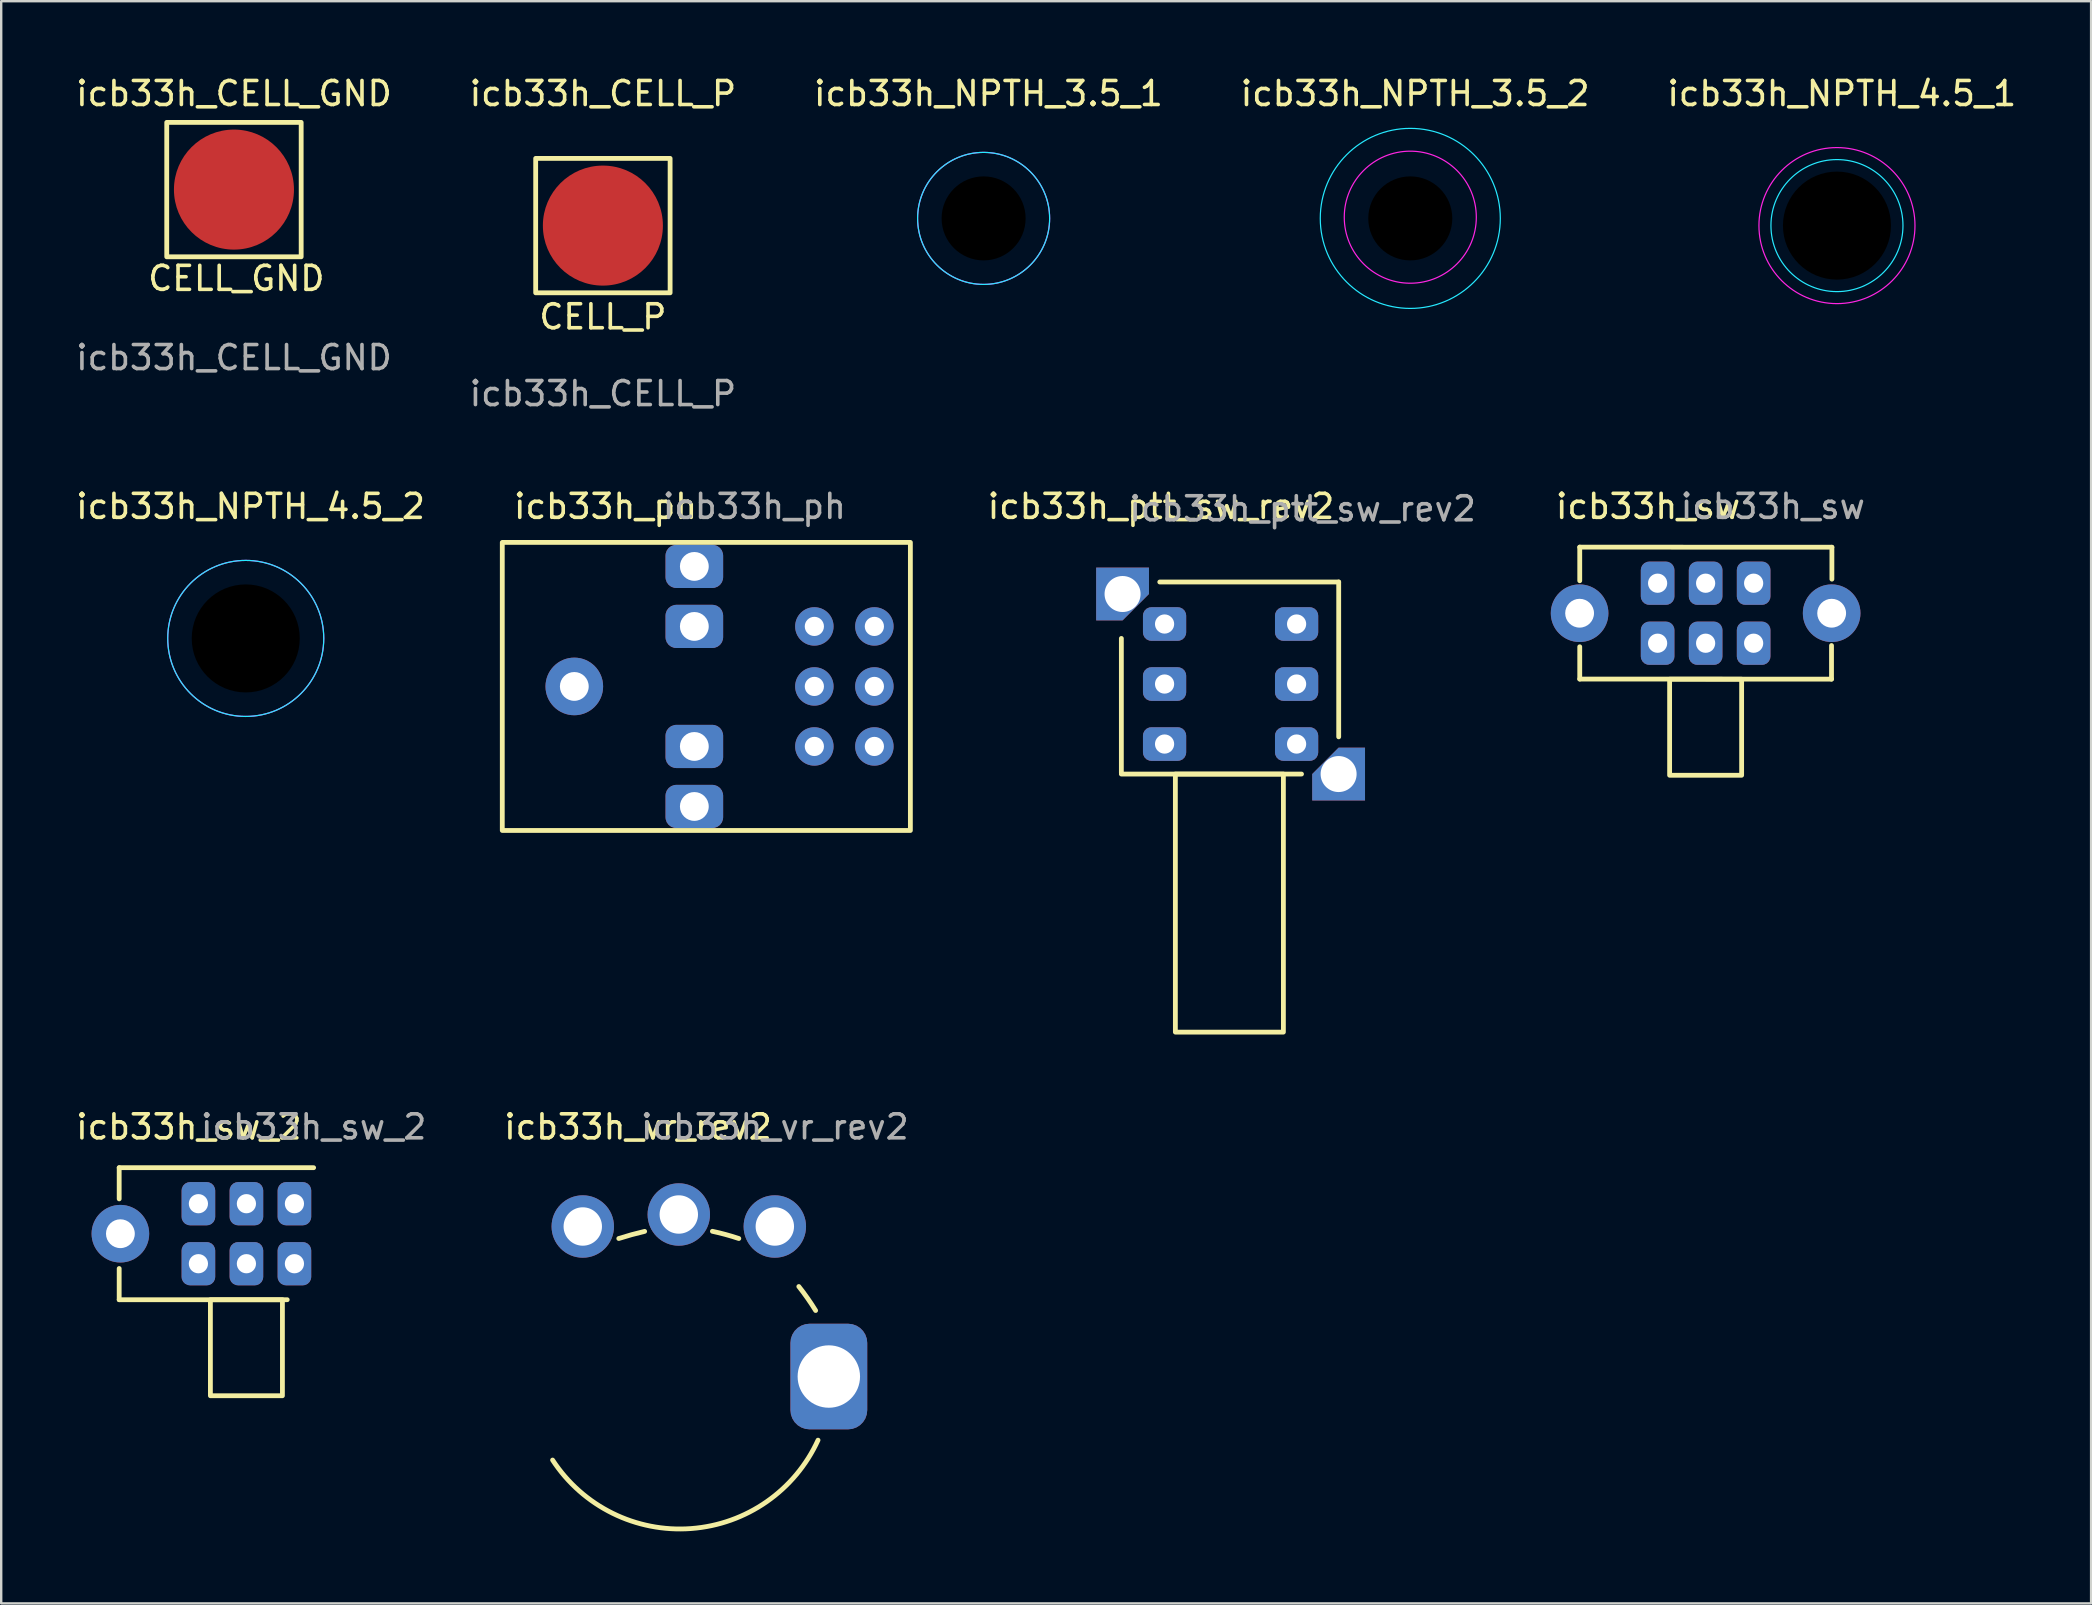
<source format=kicad_pcb>
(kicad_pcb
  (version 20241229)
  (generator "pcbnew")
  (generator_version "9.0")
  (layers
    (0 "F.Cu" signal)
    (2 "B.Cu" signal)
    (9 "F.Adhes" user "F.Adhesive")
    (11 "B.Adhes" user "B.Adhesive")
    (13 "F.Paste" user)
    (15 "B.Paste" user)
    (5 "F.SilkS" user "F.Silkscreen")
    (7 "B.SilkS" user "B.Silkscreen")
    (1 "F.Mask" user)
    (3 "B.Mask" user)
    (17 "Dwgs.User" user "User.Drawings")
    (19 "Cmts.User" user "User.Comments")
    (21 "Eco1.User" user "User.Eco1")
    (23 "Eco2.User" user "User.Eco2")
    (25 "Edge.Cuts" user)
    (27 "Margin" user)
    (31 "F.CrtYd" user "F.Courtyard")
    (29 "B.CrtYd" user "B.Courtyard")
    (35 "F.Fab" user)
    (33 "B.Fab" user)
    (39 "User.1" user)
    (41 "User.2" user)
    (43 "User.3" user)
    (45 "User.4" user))
  (footprint "icb33h_sw"
    (layer "F.Cu")
    (at 68.002 21.245)
    (property "Reference" "icb33h_sw" (at -2.4 -3.2 0) (unlocked yes) (layer "F.SilkS") (effects (font (size 1 1) (thickness 0.15))))
    (attr through_hole)
    (fp_line (start -5.244 -1.503) (end 5.26 -1.499) (stroke (width 0.2) (type solid)) (layer "F.SilkS"))
    (fp_line (start -5.244 -0.103) (end -5.244 -1.503) (stroke (width 0.2) (type solid)) (layer "F.SilkS"))
    (fp_line (start -5.244 3.993) (end -5.244 2.647) (stroke (width 0.2) (type solid)) (layer "F.SilkS"))
    (fp_line (start 5.244 2.596) (end 5.244 3.996) (stroke (width 0.2) (type solid)) (layer "F.SilkS"))
    (fp_line (start 5.244 3.996) (end -5.244 3.993) (stroke (width 0.2) (type solid)) (layer "F.SilkS"))
    (fp_line (start 5.26 -1.499) (end 5.26 -0.169) (stroke (width 0.2) (type solid)) (layer "F.SilkS"))
    (fp_rect (start -1.5 4) (end 1.5 8) (stroke (width 0.2) (type solid)) (fill no) (layer "F.SilkS"))
    (fp_text user "${REFERENCE}" (at 2.8 -3.2 0) (unlocked yes) (layer "F.Fab") (effects (font (size 1 1) (thickness 0.15))))
    (pad "1" thru_hole roundrect (at -2 0) (size 1.4 1.8) (drill 0.8) (layers "*.Cu" "*.Mask") (roundrect_rratio 0.25))
    (pad "2" thru_hole roundrect (at 0 0) (size 1.4 1.8) (drill 0.8) (layers "*.Cu" "*.Mask") (roundrect_rratio 0.25))
    (pad "3" thru_hole roundrect (at 2 0) (size 1.4 1.8) (drill 0.8) (layers "*.Cu" "*.Mask") (roundrect_rratio 0.25))
    (pad "4" thru_hole roundrect (at -2 2.5) (size 1.4 1.8) (drill 0.8) (layers "*.Cu" "*.Mask") (roundrect_rratio 0.25))
    (pad "5" thru_hole roundrect (at 0 2.5) (size 1.4 1.8) (drill 0.8) (layers "*.Cu" "*.Mask") (roundrect_rratio 0.25))
    (pad "6" thru_hole roundrect (at 2 2.5) (size 1.4 1.8) (drill 0.8) (layers "*.Cu" "*.Mask") (roundrect_rratio 0.25))
    (pad "7" thru_hole circle (at -5.25 1.25) (size 2.4 2.4) (drill 1.2) (layers "*.Cu" "*.Mask"))
    (pad "8" thru_hole circle (at 5.25 1.25) (size 2.4 2.4) (drill 1.2) (layers "*.Cu" "*.Mask")))
  (footprint "icb33h_CELL_P"
    (layer "F.Cu")
    (at 22.065 6.348)
    (property "Reference" "icb33h_CELL_P" (at 0 -5.5 0) (unlocked yes) (layer "F.SilkS") (effects (font (size 1 1) (thickness 0.15))))
    (attr smd)
    (fp_rect (start -2.8 -2.8) (end 2.8 2.8) (stroke (width 0.2) (type solid)) (fill no) (layer "F.SilkS"))
    (fp_text user "CELL_P" (at 0 3.8 0) (unlocked yes) (layer "F.SilkS") (effects (font (size 1 1) (thickness 0.15))))
    (fp_text user "${REFERENCE}" (at 0 7 0) (unlocked yes) (layer "F.Fab") (effects (font (size 1 1) (thickness 0.15))))
    (pad "1" smd circle (at 0 0) (size 5 5) (layers "F.Cu" "F.Mask" "F.Paste")))
  (footprint "icb33h_vr_rev2"
    (layer "F.Cu")
    (at 21.227 48.043)
    (property "Reference" "icb33h_vr_rev2" (at 2.3 -4.15 0) (unlocked yes) (layer "F.SilkS") (effects (font (size 1 1) (thickness 0.15))))
    (attr smd)
    (fp_arc (start 1.5 0.5) (mid 2.03569 0.340632) (end 2.577318 0.20279) (stroke (width 0.2) (type solid)) (layer "F.SilkS"))
    (fp_arc (start 5.4 0.2) (mid 5.954223 0.334517) (end 6.5 0.5) (stroke (width 0.2) (type solid)) (layer "F.SilkS"))
    (fp_arc (start 9 2.5) (mid 9.364733 2.989687) (end 9.7 3.5) (stroke (width 0.2) (type solid)) (layer "F.SilkS"))
    (fp_arc (start 9.799999 8.9) (mid 4.516167 12.582585) (end -1.257632 9.728891) (stroke (width 0.2) (type solid)) (layer "F.SilkS"))
    (fp_text user "${REFERENCE}" (at 8 -4.15 0) (unlocked yes) (layer "F.Fab") (effects (font (size 1 1) (thickness 0.15))))
    (pad "1" thru_hole circle (at 0 0) (size 2.6 2.6) (drill 1.6) (layers "*.Cu" "*.Mask"))
    (pad "2" thru_hole circle (at 4 -0.5) (size 2.6 2.6) (drill 1.6) (layers "*.Cu" "*.Mask"))
    (pad "3" thru_hole circle (at 8 0) (size 2.6 2.6) (drill 1.6) (layers "*.Cu" "*.Mask"))
    (pad "5" thru_hole roundrect (at 10.25 6.25) (size 3.2 4.4) (drill 2.6) (layers "*.Cu" "*.Mask") (roundrect_rratio 0.25)))
  (footprint "icb33h_NPTH_3.5_1"
    (layer "F.Cu")
    (at 37.925 6.048)
    (property "Reference" "icb33h_NPTH_3.5_1" (at 0.2 -5.2 0) (unlocked yes) (layer "F.SilkS") (effects (font (size 1 1) (thickness 0.15))))
    (attr smd)
    (fp_circle (center 0 0) (end 2.75 0) (stroke (width 0.05) (type solid)) (fill no) (layer "B.CrtYd"))
    (fp_circle (center 0 0) (end 2.75 0) (stroke (width 0.05) (type solid)) (fill no) (layer "F.CrtYd"))
    (pad "" np_thru_hole circle (at 0 0) (size 3.5 3.5) (drill 3.5) (layers "*.Mask")))
  (footprint "icb33h_NPTH_4.5_1"
    (layer "F.Cu")
    (at 73.473 6.348)
    (property "Reference" "icb33h_NPTH_4.5_1" (at 0.2 -5.5 0) (unlocked yes) (layer "F.SilkS") (effects (font (size 1 1) (thickness 0.15))))
    (attr smd)
    (fp_circle (center 0 0) (end 2.75 0) (stroke (width 0.05) (type solid)) (fill no) (layer "B.CrtYd"))
    (fp_circle (center 0 0) (end 3.25 0) (stroke (width 0.05) (type solid)) (fill no) (layer "F.CrtYd"))
    (pad "" np_thru_hole circle (at 0 0) (size 4.5 4.5) (drill 4.5) (layers "*.Mask")))
  (footprint "icb33h_ptt_sw_rev2"
    (layer "F.Cu")
    (at 50.963 27.945)
    (property "Reference" "icb33h_ptt_sw_rev2" (at -5.65 -9.9 0) (unlocked yes) (layer "F.SilkS") (effects (font (size 1 1) (thickness 0.15))))
    (attr through_hole)
    (fp_line (start -7.3 -4.4) (end -7.3 1.2) (stroke (width 0.2) (type solid)) (layer "F.SilkS"))
    (fp_line (start -7.3 1.25) (end 0.205 1.25) (stroke (width 0.2) (type solid)) (layer "F.SilkS"))
    (fp_line (start -5.7 -6.75) (end 1.754 -6.75) (stroke (width 0.2) (type solid)) (layer "F.SilkS"))
    (fp_line (start 1.754 -6.75) (end 1.754 -0.3) (stroke (width 0.2) (type solid)) (layer "F.SilkS"))
    (fp_rect (start -5.05 1.25) (end -0.55 12) (stroke (width 0.2) (type solid)) (fill no) (layer "F.SilkS"))
    (fp_text user "${REFERENCE}" (at 0.25 -9.8 0) (unlocked yes) (layer "F.Fab") (effects (font (size 1 1) (thickness 0.15))))
    (pad "1" thru_hole roundrect (at -5.5 -5 270) (size 1.4 1.8) (drill 0.8) (layers "*.Cu" "*.Mask") (roundrect_rratio 0.25))
    (pad "2" thru_hole roundrect (at -5.5 -2.5 270) (size 1.4 1.8) (drill 0.8) (layers "*.Cu" "*.Mask") (roundrect_rratio 0.25))
    (pad "3" thru_hole roundrect (at -5.5 0 270) (size 1.4 1.8) (drill 0.8) (layers "*.Cu" "*.Mask") (roundrect_rratio 0.25))
    (pad "4" thru_hole roundrect (at 0 -5 270) (size 1.4 1.8) (drill 0.8) (layers "*.Cu" "*.Mask") (roundrect_rratio 0.25))
    (pad "5" thru_hole roundrect (at 0 -2.5 270) (size 1.4 1.8) (drill 0.8) (layers "*.Cu" "*.Mask") (roundrect_rratio 0.25))
    (pad "6" thru_hole roundrect (at 0 0 270) (size 1.4 1.8) (drill 0.8) (layers "*.Cu" "*.Mask") (roundrect_rratio 0.25))
    (pad "7" thru_hole roundrect (at -7.25 -6.25 270) (size 2.2 2.2) (drill 1.5) (layers "*.Cu" "*.Mask") (roundrect_rratio 0) (chamfer_ratio 0.5) (chamfer top_right))
    (pad "8" thru_hole roundrect (at 1.75 1.25 270) (size 2.2 2.2) (drill 1.5) (layers "*.Cu" "*.Mask") (roundrect_rratio 0) (chamfer_ratio 0.5) (chamfer bottom_left)))
  (footprint "icb33h_sw_2"
    (layer "F.Cu")
    (at 7.215 47.093)
    (property "Reference" "icb33h_sw_2" (at -2.4 -3.2 0) (unlocked yes) (layer "F.SilkS") (effects (font (size 1 1) (thickness 0.15))))
    (attr through_hole)
    (fp_line (start -5.3 -0.2) (end -5.3 -1.5) (stroke (width 0.2) (type solid)) (layer "F.SilkS"))
    (fp_line (start -5.3 2.7) (end -5.3 4) (stroke (width 0.2) (type solid)) (layer "F.SilkS"))
    (fp_line (start 1.7 4) (end -5.3 4) (stroke (width 0.2) (type solid)) (layer "F.SilkS"))
    (fp_line (start 2.8 -1.5) (end -5.3 -1.5) (stroke (width 0.2) (type solid)) (layer "F.SilkS"))
    (fp_rect (start -1.5 4) (end 1.5 8) (stroke (width 0.2) (type solid)) (fill no) (layer "F.SilkS"))
    (fp_text user "${REFERENCE}" (at 2.8 -3.2 0) (unlocked yes) (layer "F.Fab") (effects (font (size 1 1) (thickness 0.15))))
    (pad "1" thru_hole roundrect (at -2 0) (size 1.4 1.8) (drill 0.8) (layers "*.Cu" "*.Mask") (roundrect_rratio 0.25))
    (pad "2" thru_hole roundrect (at 0 0) (size 1.4 1.8) (drill 0.8) (layers "*.Cu" "*.Mask") (roundrect_rratio 0.25))
    (pad "3" thru_hole roundrect (at 2 0) (size 1.4 1.8) (drill 0.8) (layers "*.Cu" "*.Mask") (roundrect_rratio 0.25))
    (pad "4" thru_hole roundrect (at -2 2.5) (size 1.4 1.8) (drill 0.8) (layers "*.Cu" "*.Mask") (roundrect_rratio 0.25))
    (pad "5" thru_hole roundrect (at 0 2.5) (size 1.4 1.8) (drill 0.8) (layers "*.Cu" "*.Mask") (roundrect_rratio 0.25))
    (pad "6" thru_hole roundrect (at 2 2.5) (size 1.4 1.8) (drill 0.8) (layers "*.Cu" "*.Mask") (roundrect_rratio 0.25))
    (pad "7" thru_hole circle (at -5.25 1.25) (size 2.4 2.4) (drill 1.2) (layers "*.Cu" "*.Mask")))
  (footprint "icb33h_NPTH_3.5_2"
    (layer "F.Cu")
    (at 55.699 6.048)
    (property "Reference" "icb33h_NPTH_3.5_2" (at 0.2 -5.2 0) (unlocked yes) (layer "F.SilkS") (effects (font (size 1 1) (thickness 0.15))))
    (attr smd)
    (fp_circle (center 0 0) (end 3.75 0) (stroke (width 0.05) (type solid)) (fill no) (layer "B.CrtYd"))
    (fp_circle (center 0 -0.05) (end 2.75 0) (stroke (width 0.05) (type solid)) (fill no) (layer "F.CrtYd"))
    (pad "" np_thru_hole circle (at 0 0) (size 3.5 3.5) (drill 3.5) (layers "*.Mask")))
  (footprint "icb33h_CELL_GND"
    (layer "F.Cu")
    (at 6.696 4.848)
    (property "Reference" "icb33h_CELL_GND" (at 0 -4 0) (unlocked yes) (layer "F.SilkS") (effects (font (size 1 1) (thickness 0.15))))
    (attr smd)
    (fp_rect (start -2.8 -2.8) (end 2.8 2.8) (stroke (width 0.2) (type solid)) (fill no) (layer "F.SilkS"))
    (fp_text user "CELL_GND" (at 0.1 3.7 0) (unlocked yes) (layer "F.SilkS") (effects (font (size 1 1) (thickness 0.15))))
    (fp_text user "${REFERENCE}" (at 0 7 0) (unlocked yes) (layer "F.Fab") (effects (font (size 1 1) (thickness 0.15))))
    (pad "1" smd circle (at 0 0) (size 5 5) (layers "F.Cu" "F.Mask" "F.Paste")))
  (footprint "icb33h_NPTH_4.5_2"
    (layer "F.Cu")
    (at 7.187 23.545)
    (property "Reference" "icb33h_NPTH_4.5_2" (at 0.2 -5.5 0) (unlocked yes) (layer "F.SilkS") (effects (font (size 1 1) (thickness 0.15))))
    (attr smd)
    (fp_circle (center 0 0) (end 3.25 0) (stroke (width 0.05) (type solid)) (fill no) (layer "B.CrtYd"))
    (fp_circle (center 0 0) (end 3.25 0) (stroke (width 0.05) (type solid)) (fill no) (layer "F.CrtYd"))
    (pad "" np_thru_hole circle (at 0 0) (size 4.5 4.5) (drill 4.5) (layers "*.Mask")))
  (footprint "icb33h_ph"
    (layer "F.Cu")
    (at 33.374 28.045)
    (property "Reference" "icb33h_ph" (at -11.2 -10 0) (unlocked yes) (layer "F.SilkS") (effects (font (size 1 1) (thickness 0.15))))
    (attr through_hole)
    (fp_rect (start -15.5 -8.5) (end 1.5 3.5) (stroke (width 0.2) (type solid)) (fill no) (layer "F.SilkS"))
    (fp_text user "${REFERENCE}" (at -5 -10 0) (unlocked yes) (layer "F.Fab") (effects (font (size 1 1) (thickness 0.15))))
    (pad "1" thru_hole circle (at -2.5 -5 270) (size 1.6 1.6) (drill 0.8) (layers "*.Cu" "*.Mask"))
    (pad "2" thru_hole circle (at -2.5 -2.5 270) (size 1.6 1.6) (drill 0.8) (layers "*.Cu" "*.Mask"))
    (pad "3" thru_hole circle (at -2.5 0 270) (size 1.6 1.6) (drill 0.8) (layers "*.Cu" "*.Mask"))
    (pad "4" thru_hole circle (at 0 -5 270) (size 1.6 1.6) (drill 0.8) (layers "*.Cu" "*.Mask"))
    (pad "5" thru_hole circle (at 0 -2.5 270) (size 1.6 1.6) (drill 0.8) (layers "*.Cu" "*.Mask"))
    (pad "6" thru_hole circle (at 0 0 270) (size 1.6 1.6) (drill 0.8) (layers "*.Cu" "*.Mask"))
    (pad "7" thru_hole roundrect (at -7.5 -7.5 270) (size 1.8 2.4) (drill 1.2) (layers "*.Cu" "*.Mask") (roundrect_rratio 0.25))
    (pad "8" thru_hole roundrect (at -7.5 -5 270) (size 1.8 2.4) (drill 1.2) (layers "*.Cu" "*.Mask") (roundrect_rratio 0.25))
    (pad "9" thru_hole roundrect (at -7.5 0 270) (size 1.8 2.4) (drill 1.2) (layers "*.Cu" "*.Mask") (roundrect_rratio 0.25))
    (pad "10" thru_hole roundrect (at -7.5 2.5 270) (size 1.8 2.4) (drill 1.2) (layers "*.Cu" "*.Mask") (roundrect_rratio 0.25))
    (pad "11" thru_hole circle (at -12.5 -2.5 270) (size 2.4 2.4) (drill 1.2) (layers "*.Cu" "*.Mask")))
  (gr_rect
    (start -3 -3)
    (end 84.06 63.743)
    (stroke (width 0.1) (type default))
    (fill no)
    (layer "Edge.Cuts")))
</source>
